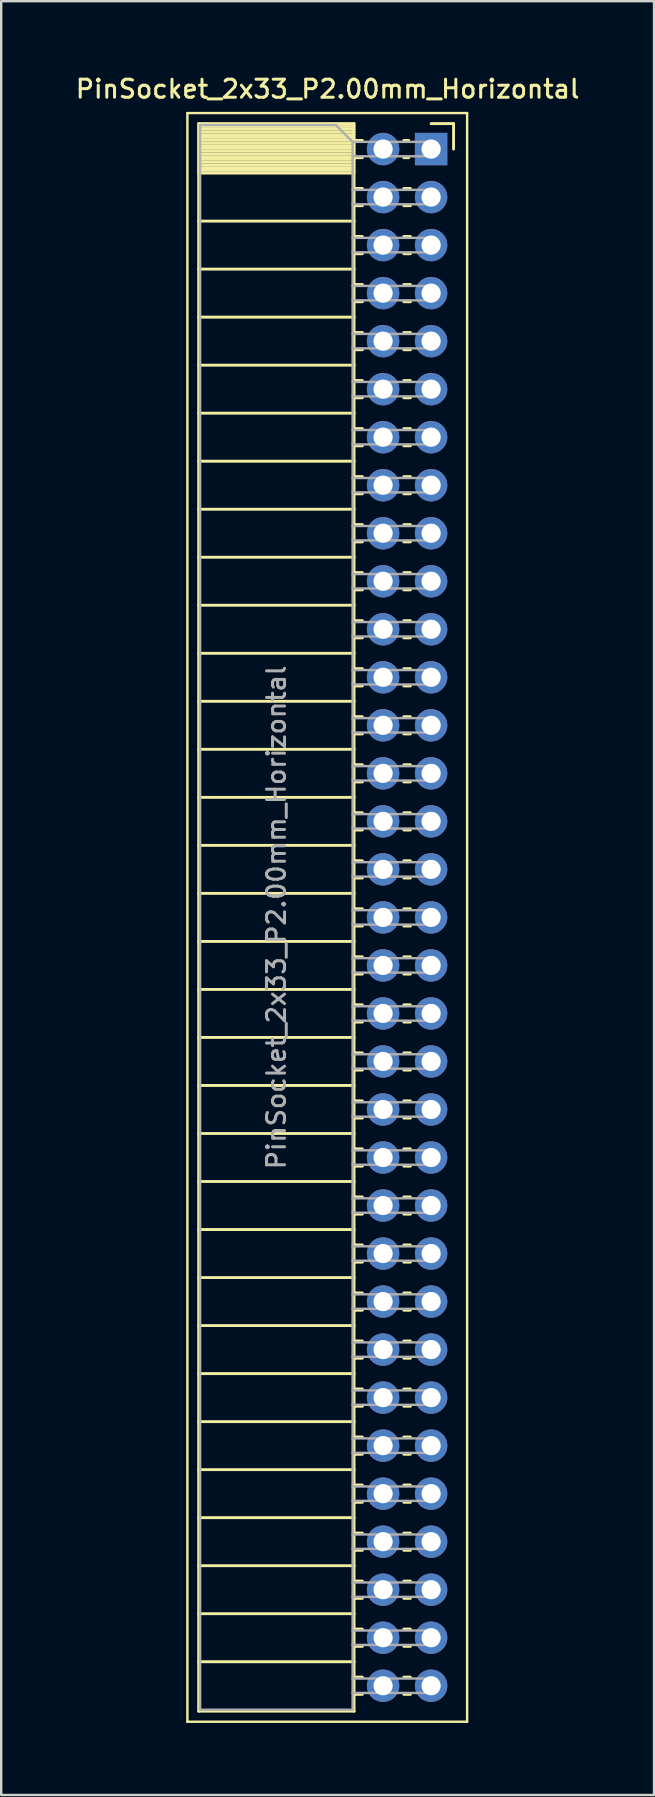
<source format=kicad_pcb>
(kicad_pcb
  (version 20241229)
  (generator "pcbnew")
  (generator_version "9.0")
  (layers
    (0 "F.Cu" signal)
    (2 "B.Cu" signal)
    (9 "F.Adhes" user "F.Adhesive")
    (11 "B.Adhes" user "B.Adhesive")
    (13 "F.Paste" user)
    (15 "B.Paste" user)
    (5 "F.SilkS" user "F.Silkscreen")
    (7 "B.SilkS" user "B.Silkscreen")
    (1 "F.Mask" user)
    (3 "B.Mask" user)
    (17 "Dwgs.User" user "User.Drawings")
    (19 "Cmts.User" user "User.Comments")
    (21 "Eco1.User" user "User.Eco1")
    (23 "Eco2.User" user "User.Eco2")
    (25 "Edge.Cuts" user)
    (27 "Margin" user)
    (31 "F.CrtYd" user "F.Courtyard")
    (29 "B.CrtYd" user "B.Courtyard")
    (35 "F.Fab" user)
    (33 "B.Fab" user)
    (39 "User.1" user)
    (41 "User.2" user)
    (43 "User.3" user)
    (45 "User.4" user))
  (footprint "PinSocket_2x33_P2.00mm_Horizontal"
    (layer "F.Cu")
    (at 14.905 3.158)
    (property "Reference" "PinSocket_2x33_P2.00mm_Horizontal" (at -4.31 -2.5 0) (layer "F.SilkS") (effects (font (size 0.75 0.75) (thickness 0.125))))
    (attr through_hole)
    (fp_line (start -10.15 -1.5) (end -10.15 65.5) (stroke (width 0.1) (type solid)) (layer "F.SilkS"))
    (fp_line (start -10.15 65.5) (end 1.5 65.5) (stroke (width 0.1) (type solid)) (layer "F.SilkS"))
    (fp_line (start -9.68 -1.06) (end -9.68 65.06) (stroke (width 0.12) (type solid)) (layer "F.SilkS"))
    (fp_line (start -9.68 -1.06) (end -3.21 -1.06) (stroke (width 0.12) (type solid)) (layer "F.SilkS"))
    (fp_line (start -9.68 -0.94) (end -3.21 -0.94) (stroke (width 0.12) (type solid)) (layer "F.SilkS"))
    (fp_line (start -9.68 -0.826) (end -3.21 -0.826) (stroke (width 0.12) (type solid)) (layer "F.SilkS"))
    (fp_line (start -9.68 -0.712) (end -3.21 -0.712) (stroke (width 0.12) (type solid)) (layer "F.SilkS"))
    (fp_line (start -9.68 -0.598) (end -3.21 -0.598) (stroke (width 0.12) (type solid)) (layer "F.SilkS"))
    (fp_line (start -9.68 -0.484) (end -3.21 -0.484) (stroke (width 0.12) (type solid)) (layer "F.SilkS"))
    (fp_line (start -9.68 -0.369) (end -3.21 -0.369) (stroke (width 0.12) (type solid)) (layer "F.SilkS"))
    (fp_line (start -9.68 -0.255) (end -3.21 -0.255) (stroke (width 0.12) (type solid)) (layer "F.SilkS"))
    (fp_line (start -9.68 -0.141) (end -3.21 -0.141) (stroke (width 0.12) (type solid)) (layer "F.SilkS"))
    (fp_line (start -9.68 -0.027) (end -3.21 -0.027) (stroke (width 0.12) (type solid)) (layer "F.SilkS"))
    (fp_line (start -9.68 0.087) (end -3.21 0.087) (stroke (width 0.12) (type solid)) (layer "F.SilkS"))
    (fp_line (start -9.68 0.201) (end -3.21 0.201) (stroke (width 0.12) (type solid)) (layer "F.SilkS"))
    (fp_line (start -9.68 0.315) (end -3.21 0.315) (stroke (width 0.12) (type solid)) (layer "F.SilkS"))
    (fp_line (start -9.68 0.429) (end -3.21 0.429) (stroke (width 0.12) (type solid)) (layer "F.SilkS"))
    (fp_line (start -9.68 0.544) (end -3.21 0.544) (stroke (width 0.12) (type solid)) (layer "F.SilkS"))
    (fp_line (start -9.68 0.658) (end -3.21 0.658) (stroke (width 0.12) (type solid)) (layer "F.SilkS"))
    (fp_line (start -9.68 0.772) (end -3.21 0.772) (stroke (width 0.12) (type solid)) (layer "F.SilkS"))
    (fp_line (start -9.68 0.886) (end -3.21 0.886) (stroke (width 0.12) (type solid)) (layer "F.SilkS"))
    (fp_line (start -9.68 1) (end -3.21 1) (stroke (width 0.12) (type solid)) (layer "F.SilkS"))
    (fp_line (start -9.68 3) (end -3.21 3) (stroke (width 0.12) (type solid)) (layer "F.SilkS"))
    (fp_line (start -9.68 5) (end -3.21 5) (stroke (width 0.12) (type solid)) (layer "F.SilkS"))
    (fp_line (start -9.68 7) (end -3.21 7) (stroke (width 0.12) (type solid)) (layer "F.SilkS"))
    (fp_line (start -9.68 9) (end -3.21 9) (stroke (width 0.12) (type solid)) (layer "F.SilkS"))
    (fp_line (start -9.68 11) (end -3.21 11) (stroke (width 0.12) (type solid)) (layer "F.SilkS"))
    (fp_line (start -9.68 13) (end -3.21 13) (stroke (width 0.12) (type solid)) (layer "F.SilkS"))
    (fp_line (start -9.68 15) (end -3.21 15) (stroke (width 0.12) (type solid)) (layer "F.SilkS"))
    (fp_line (start -9.68 17) (end -3.21 17) (stroke (width 0.12) (type solid)) (layer "F.SilkS"))
    (fp_line (start -9.68 19) (end -3.21 19) (stroke (width 0.12) (type solid)) (layer "F.SilkS"))
    (fp_line (start -9.68 21) (end -3.21 21) (stroke (width 0.12) (type solid)) (layer "F.SilkS"))
    (fp_line (start -9.68 23) (end -3.21 23) (stroke (width 0.12) (type solid)) (layer "F.SilkS"))
    (fp_line (start -9.68 25) (end -3.21 25) (stroke (width 0.12) (type solid)) (layer "F.SilkS"))
    (fp_line (start -9.68 27) (end -3.21 27) (stroke (width 0.12) (type solid)) (layer "F.SilkS"))
    (fp_line (start -9.68 29) (end -3.21 29) (stroke (width 0.12) (type solid)) (layer "F.SilkS"))
    (fp_line (start -9.68 31) (end -3.21 31) (stroke (width 0.12) (type solid)) (layer "F.SilkS"))
    (fp_line (start -9.68 33) (end -3.21 33) (stroke (width 0.12) (type solid)) (layer "F.SilkS"))
    (fp_line (start -9.68 35) (end -3.21 35) (stroke (width 0.12) (type solid)) (layer "F.SilkS"))
    (fp_line (start -9.68 37) (end -3.21 37) (stroke (width 0.12) (type solid)) (layer "F.SilkS"))
    (fp_line (start -9.68 39) (end -3.21 39) (stroke (width 0.12) (type solid)) (layer "F.SilkS"))
    (fp_line (start -9.68 41) (end -3.21 41) (stroke (width 0.12) (type solid)) (layer "F.SilkS"))
    (fp_line (start -9.68 43) (end -3.21 43) (stroke (width 0.12) (type solid)) (layer "F.SilkS"))
    (fp_line (start -9.68 45) (end -3.21 45) (stroke (width 0.12) (type solid)) (layer "F.SilkS"))
    (fp_line (start -9.68 47) (end -3.21 47) (stroke (width 0.12) (type solid)) (layer "F.SilkS"))
    (fp_line (start -9.68 49) (end -3.21 49) (stroke (width 0.12) (type solid)) (layer "F.SilkS"))
    (fp_line (start -9.68 51) (end -3.21 51) (stroke (width 0.12) (type solid)) (layer "F.SilkS"))
    (fp_line (start -9.68 53) (end -3.21 53) (stroke (width 0.12) (type solid)) (layer "F.SilkS"))
    (fp_line (start -9.68 55) (end -3.21 55) (stroke (width 0.12) (type solid)) (layer "F.SilkS"))
    (fp_line (start -9.68 57) (end -3.21 57) (stroke (width 0.12) (type solid)) (layer "F.SilkS"))
    (fp_line (start -9.68 59) (end -3.21 59) (stroke (width 0.12) (type solid)) (layer "F.SilkS"))
    (fp_line (start -9.68 61) (end -3.21 61) (stroke (width 0.12) (type solid)) (layer "F.SilkS"))
    (fp_line (start -9.68 63) (end -3.21 63) (stroke (width 0.12) (type solid)) (layer "F.SilkS"))
    (fp_line (start -9.68 65.06) (end -3.21 65.06) (stroke (width 0.12) (type solid)) (layer "F.SilkS"))
    (fp_line (start -3.21 -1.06) (end -3.21 65.06) (stroke (width 0.12) (type solid)) (layer "F.SilkS"))
    (fp_line (start -3.21 -0.36) (end -2.863 -0.36) (stroke (width 0.12) (type solid)) (layer "F.SilkS"))
    (fp_line (start -3.21 0.36) (end -2.863 0.36) (stroke (width 0.12) (type solid)) (layer "F.SilkS"))
    (fp_line (start -3.21 1.64) (end -2.863 1.64) (stroke (width 0.12) (type solid)) (layer "F.SilkS"))
    (fp_line (start -3.21 2.36) (end -2.863 2.36) (stroke (width 0.12) (type solid)) (layer "F.SilkS"))
    (fp_line (start -3.21 3.64) (end -2.863 3.64) (stroke (width 0.12) (type solid)) (layer "F.SilkS"))
    (fp_line (start -3.21 4.36) (end -2.863 4.36) (stroke (width 0.12) (type solid)) (layer "F.SilkS"))
    (fp_line (start -3.21 5.64) (end -2.863 5.64) (stroke (width 0.12) (type solid)) (layer "F.SilkS"))
    (fp_line (start -3.21 6.36) (end -2.863 6.36) (stroke (width 0.12) (type solid)) (layer "F.SilkS"))
    (fp_line (start -3.21 7.64) (end -2.863 7.64) (stroke (width 0.12) (type solid)) (layer "F.SilkS"))
    (fp_line (start -3.21 8.36) (end -2.863 8.36) (stroke (width 0.12) (type solid)) (layer "F.SilkS"))
    (fp_line (start -3.21 9.64) (end -2.863 9.64) (stroke (width 0.12) (type solid)) (layer "F.SilkS"))
    (fp_line (start -3.21 10.36) (end -2.863 10.36) (stroke (width 0.12) (type solid)) (layer "F.SilkS"))
    (fp_line (start -3.21 11.64) (end -2.863 11.64) (stroke (width 0.12) (type solid)) (layer "F.SilkS"))
    (fp_line (start -3.21 12.36) (end -2.863 12.36) (stroke (width 0.12) (type solid)) (layer "F.SilkS"))
    (fp_line (start -3.21 13.64) (end -2.863 13.64) (stroke (width 0.12) (type solid)) (layer "F.SilkS"))
    (fp_line (start -3.21 14.36) (end -2.863 14.36) (stroke (width 0.12) (type solid)) (layer "F.SilkS"))
    (fp_line (start -3.21 15.64) (end -2.863 15.64) (stroke (width 0.12) (type solid)) (layer "F.SilkS"))
    (fp_line (start -3.21 16.36) (end -2.863 16.36) (stroke (width 0.12) (type solid)) (layer "F.SilkS"))
    (fp_line (start -3.21 17.64) (end -2.863 17.64) (stroke (width 0.12) (type solid)) (layer "F.SilkS"))
    (fp_line (start -3.21 18.36) (end -2.863 18.36) (stroke (width 0.12) (type solid)) (layer "F.SilkS"))
    (fp_line (start -3.21 19.64) (end -2.863 19.64) (stroke (width 0.12) (type solid)) (layer "F.SilkS"))
    (fp_line (start -3.21 20.36) (end -2.863 20.36) (stroke (width 0.12) (type solid)) (layer "F.SilkS"))
    (fp_line (start -3.21 21.64) (end -2.863 21.64) (stroke (width 0.12) (type solid)) (layer "F.SilkS"))
    (fp_line (start -3.21 22.36) (end -2.863 22.36) (stroke (width 0.12) (type solid)) (layer "F.SilkS"))
    (fp_line (start -3.21 23.64) (end -2.863 23.64) (stroke (width 0.12) (type solid)) (layer "F.SilkS"))
    (fp_line (start -3.21 24.36) (end -2.863 24.36) (stroke (width 0.12) (type solid)) (layer "F.SilkS"))
    (fp_line (start -3.21 25.64) (end -2.863 25.64) (stroke (width 0.12) (type solid)) (layer "F.SilkS"))
    (fp_line (start -3.21 26.36) (end -2.863 26.36) (stroke (width 0.12) (type solid)) (layer "F.SilkS"))
    (fp_line (start -3.21 27.64) (end -2.863 27.64) (stroke (width 0.12) (type solid)) (layer "F.SilkS"))
    (fp_line (start -3.21 28.36) (end -2.863 28.36) (stroke (width 0.12) (type solid)) (layer "F.SilkS"))
    (fp_line (start -3.21 29.64) (end -2.863 29.64) (stroke (width 0.12) (type solid)) (layer "F.SilkS"))
    (fp_line (start -3.21 30.36) (end -2.863 30.36) (stroke (width 0.12) (type solid)) (layer "F.SilkS"))
    (fp_line (start -3.21 31.64) (end -2.863 31.64) (stroke (width 0.12) (type solid)) (layer "F.SilkS"))
    (fp_line (start -3.21 32.36) (end -2.863 32.36) (stroke (width 0.12) (type solid)) (layer "F.SilkS"))
    (fp_line (start -3.21 33.64) (end -2.863 33.64) (stroke (width 0.12) (type solid)) (layer "F.SilkS"))
    (fp_line (start -3.21 34.36) (end -2.863 34.36) (stroke (width 0.12) (type solid)) (layer "F.SilkS"))
    (fp_line (start -3.21 35.64) (end -2.863 35.64) (stroke (width 0.12) (type solid)) (layer "F.SilkS"))
    (fp_line (start -3.21 36.36) (end -2.863 36.36) (stroke (width 0.12) (type solid)) (layer "F.SilkS"))
    (fp_line (start -3.21 37.64) (end -2.863 37.64) (stroke (width 0.12) (type solid)) (layer "F.SilkS"))
    (fp_line (start -3.21 38.36) (end -2.863 38.36) (stroke (width 0.12) (type solid)) (layer "F.SilkS"))
    (fp_line (start -3.21 39.64) (end -2.863 39.64) (stroke (width 0.12) (type solid)) (layer "F.SilkS"))
    (fp_line (start -3.21 40.36) (end -2.863 40.36) (stroke (width 0.12) (type solid)) (layer "F.SilkS"))
    (fp_line (start -3.21 41.64) (end -2.863 41.64) (stroke (width 0.12) (type solid)) (layer "F.SilkS"))
    (fp_line (start -3.21 42.36) (end -2.863 42.36) (stroke (width 0.12) (type solid)) (layer "F.SilkS"))
    (fp_line (start -3.21 43.64) (end -2.863 43.64) (stroke (width 0.12) (type solid)) (layer "F.SilkS"))
    (fp_line (start -3.21 44.36) (end -2.863 44.36) (stroke (width 0.12) (type solid)) (layer "F.SilkS"))
    (fp_line (start -3.21 45.64) (end -2.863 45.64) (stroke (width 0.12) (type solid)) (layer "F.SilkS"))
    (fp_line (start -3.21 46.36) (end -2.863 46.36) (stroke (width 0.12) (type solid)) (layer "F.SilkS"))
    (fp_line (start -3.21 47.64) (end -2.863 47.64) (stroke (width 0.12) (type solid)) (layer "F.SilkS"))
    (fp_line (start -3.21 48.36) (end -2.863 48.36) (stroke (width 0.12) (type solid)) (layer "F.SilkS"))
    (fp_line (start -3.21 49.64) (end -2.863 49.64) (stroke (width 0.12) (type solid)) (layer "F.SilkS"))
    (fp_line (start -3.21 50.36) (end -2.863 50.36) (stroke (width 0.12) (type solid)) (layer "F.SilkS"))
    (fp_line (start -3.21 51.64) (end -2.863 51.64) (stroke (width 0.12) (type solid)) (layer "F.SilkS"))
    (fp_line (start -3.21 52.36) (end -2.863 52.36) (stroke (width 0.12) (type solid)) (layer "F.SilkS"))
    (fp_line (start -3.21 53.64) (end -2.863 53.64) (stroke (width 0.12) (type solid)) (layer "F.SilkS"))
    (fp_line (start -3.21 54.36) (end -2.863 54.36) (stroke (width 0.12) (type solid)) (layer "F.SilkS"))
    (fp_line (start -3.21 55.64) (end -2.863 55.64) (stroke (width 0.12) (type solid)) (layer "F.SilkS"))
    (fp_line (start -3.21 56.36) (end -2.863 56.36) (stroke (width 0.12) (type solid)) (layer "F.SilkS"))
    (fp_line (start -3.21 57.64) (end -2.863 57.64) (stroke (width 0.12) (type solid)) (layer "F.SilkS"))
    (fp_line (start -3.21 58.36) (end -2.863 58.36) (stroke (width 0.12) (type solid)) (layer "F.SilkS"))
    (fp_line (start -3.21 59.64) (end -2.863 59.64) (stroke (width 0.12) (type solid)) (layer "F.SilkS"))
    (fp_line (start -3.21 60.36) (end -2.863 60.36) (stroke (width 0.12) (type solid)) (layer "F.SilkS"))
    (fp_line (start -3.21 61.64) (end -2.863 61.64) (stroke (width 0.12) (type solid)) (layer "F.SilkS"))
    (fp_line (start -3.21 62.36) (end -2.863 62.36) (stroke (width 0.12) (type solid)) (layer "F.SilkS"))
    (fp_line (start -3.21 63.64) (end -2.863 63.64) (stroke (width 0.12) (type solid)) (layer "F.SilkS"))
    (fp_line (start -3.21 64.36) (end -2.863 64.36) (stroke (width 0.12) (type solid)) (layer "F.SilkS"))
    (fp_line (start -1.137 -0.36) (end -0.935 -0.36) (stroke (width 0.12) (type solid)) (layer "F.SilkS"))
    (fp_line (start -1.137 0.36) (end -0.935 0.36) (stroke (width 0.12) (type solid)) (layer "F.SilkS"))
    (fp_line (start -1.137 1.64) (end -0.863 1.64) (stroke (width 0.12) (type solid)) (layer "F.SilkS"))
    (fp_line (start -1.137 2.36) (end -0.863 2.36) (stroke (width 0.12) (type solid)) (layer "F.SilkS"))
    (fp_line (start -1.137 3.64) (end -0.863 3.64) (stroke (width 0.12) (type solid)) (layer "F.SilkS"))
    (fp_line (start -1.137 4.36) (end -0.863 4.36) (stroke (width 0.12) (type solid)) (layer "F.SilkS"))
    (fp_line (start -1.137 5.64) (end -0.863 5.64) (stroke (width 0.12) (type solid)) (layer "F.SilkS"))
    (fp_line (start -1.137 6.36) (end -0.863 6.36) (stroke (width 0.12) (type solid)) (layer "F.SilkS"))
    (fp_line (start -1.137 7.64) (end -0.863 7.64) (stroke (width 0.12) (type solid)) (layer "F.SilkS"))
    (fp_line (start -1.137 8.36) (end -0.863 8.36) (stroke (width 0.12) (type solid)) (layer "F.SilkS"))
    (fp_line (start -1.137 9.64) (end -0.863 9.64) (stroke (width 0.12) (type solid)) (layer "F.SilkS"))
    (fp_line (start -1.137 10.36) (end -0.863 10.36) (stroke (width 0.12) (type solid)) (layer "F.SilkS"))
    (fp_line (start -1.137 11.64) (end -0.863 11.64) (stroke (width 0.12) (type solid)) (layer "F.SilkS"))
    (fp_line (start -1.137 12.36) (end -0.863 12.36) (stroke (width 0.12) (type solid)) (layer "F.SilkS"))
    (fp_line (start -1.137 13.64) (end -0.863 13.64) (stroke (width 0.12) (type solid)) (layer "F.SilkS"))
    (fp_line (start -1.137 14.36) (end -0.863 14.36) (stroke (width 0.12) (type solid)) (layer "F.SilkS"))
    (fp_line (start -1.137 15.64) (end -0.863 15.64) (stroke (width 0.12) (type solid)) (layer "F.SilkS"))
    (fp_line (start -1.137 16.36) (end -0.863 16.36) (stroke (width 0.12) (type solid)) (layer "F.SilkS"))
    (fp_line (start -1.137 17.64) (end -0.863 17.64) (stroke (width 0.12) (type solid)) (layer "F.SilkS"))
    (fp_line (start -1.137 18.36) (end -0.863 18.36) (stroke (width 0.12) (type solid)) (layer "F.SilkS"))
    (fp_line (start -1.137 19.64) (end -0.863 19.64) (stroke (width 0.12) (type solid)) (layer "F.SilkS"))
    (fp_line (start -1.137 20.36) (end -0.863 20.36) (stroke (width 0.12) (type solid)) (layer "F.SilkS"))
    (fp_line (start -1.137 21.64) (end -0.863 21.64) (stroke (width 0.12) (type solid)) (layer "F.SilkS"))
    (fp_line (start -1.137 22.36) (end -0.863 22.36) (stroke (width 0.12) (type solid)) (layer "F.SilkS"))
    (fp_line (start -1.137 23.64) (end -0.863 23.64) (stroke (width 0.12) (type solid)) (layer "F.SilkS"))
    (fp_line (start -1.137 24.36) (end -0.863 24.36) (stroke (width 0.12) (type solid)) (layer "F.SilkS"))
    (fp_line (start -1.137 25.64) (end -0.863 25.64) (stroke (width 0.12) (type solid)) (layer "F.SilkS"))
    (fp_line (start -1.137 26.36) (end -0.863 26.36) (stroke (width 0.12) (type solid)) (layer "F.SilkS"))
    (fp_line (start -1.137 27.64) (end -0.863 27.64) (stroke (width 0.12) (type solid)) (layer "F.SilkS"))
    (fp_line (start -1.137 28.36) (end -0.863 28.36) (stroke (width 0.12) (type solid)) (layer "F.SilkS"))
    (fp_line (start -1.137 29.64) (end -0.863 29.64) (stroke (width 0.12) (type solid)) (layer "F.SilkS"))
    (fp_line (start -1.137 30.36) (end -0.863 30.36) (stroke (width 0.12) (type solid)) (layer "F.SilkS"))
    (fp_line (start -1.137 31.64) (end -0.863 31.64) (stroke (width 0.12) (type solid)) (layer "F.SilkS"))
    (fp_line (start -1.137 32.36) (end -0.863 32.36) (stroke (width 0.12) (type solid)) (layer "F.SilkS"))
    (fp_line (start -1.137 33.64) (end -0.863 33.64) (stroke (width 0.12) (type solid)) (layer "F.SilkS"))
    (fp_line (start -1.137 34.36) (end -0.863 34.36) (stroke (width 0.12) (type solid)) (layer "F.SilkS"))
    (fp_line (start -1.137 35.64) (end -0.863 35.64) (stroke (width 0.12) (type solid)) (layer "F.SilkS"))
    (fp_line (start -1.137 36.36) (end -0.863 36.36) (stroke (width 0.12) (type solid)) (layer "F.SilkS"))
    (fp_line (start -1.137 37.64) (end -0.863 37.64) (stroke (width 0.12) (type solid)) (layer "F.SilkS"))
    (fp_line (start -1.137 38.36) (end -0.863 38.36) (stroke (width 0.12) (type solid)) (layer "F.SilkS"))
    (fp_line (start -1.137 39.64) (end -0.863 39.64) (stroke (width 0.12) (type solid)) (layer "F.SilkS"))
    (fp_line (start -1.137 40.36) (end -0.863 40.36) (stroke (width 0.12) (type solid)) (layer "F.SilkS"))
    (fp_line (start -1.137 41.64) (end -0.863 41.64) (stroke (width 0.12) (type solid)) (layer "F.SilkS"))
    (fp_line (start -1.137 42.36) (end -0.863 42.36) (stroke (width 0.12) (type solid)) (layer "F.SilkS"))
    (fp_line (start -1.137 43.64) (end -0.863 43.64) (stroke (width 0.12) (type solid)) (layer "F.SilkS"))
    (fp_line (start -1.137 44.36) (end -0.863 44.36) (stroke (width 0.12) (type solid)) (layer "F.SilkS"))
    (fp_line (start -1.137 45.64) (end -0.863 45.64) (stroke (width 0.12) (type solid)) (layer "F.SilkS"))
    (fp_line (start -1.137 46.36) (end -0.863 46.36) (stroke (width 0.12) (type solid)) (layer "F.SilkS"))
    (fp_line (start -1.137 47.64) (end -0.863 47.64) (stroke (width 0.12) (type solid)) (layer "F.SilkS"))
    (fp_line (start -1.137 48.36) (end -0.863 48.36) (stroke (width 0.12) (type solid)) (layer "F.SilkS"))
    (fp_line (start -1.137 49.64) (end -0.863 49.64) (stroke (width 0.12) (type solid)) (layer "F.SilkS"))
    (fp_line (start -1.137 50.36) (end -0.863 50.36) (stroke (width 0.12) (type solid)) (layer "F.SilkS"))
    (fp_line (start -1.137 51.64) (end -0.863 51.64) (stroke (width 0.12) (type solid)) (layer "F.SilkS"))
    (fp_line (start -1.137 52.36) (end -0.863 52.36) (stroke (width 0.12) (type solid)) (layer "F.SilkS"))
    (fp_line (start -1.137 53.64) (end -0.863 53.64) (stroke (width 0.12) (type solid)) (layer "F.SilkS"))
    (fp_line (start -1.137 54.36) (end -0.863 54.36) (stroke (width 0.12) (type solid)) (layer "F.SilkS"))
    (fp_line (start -1.137 55.64) (end -0.863 55.64) (stroke (width 0.12) (type solid)) (layer "F.SilkS"))
    (fp_line (start -1.137 56.36) (end -0.863 56.36) (stroke (width 0.12) (type solid)) (layer "F.SilkS"))
    (fp_line (start -1.137 57.64) (end -0.863 57.64) (stroke (width 0.12) (type solid)) (layer "F.SilkS"))
    (fp_line (start -1.137 58.36) (end -0.863 58.36) (stroke (width 0.12) (type solid)) (layer "F.SilkS"))
    (fp_line (start -1.137 59.64) (end -0.863 59.64) (stroke (width 0.12) (type solid)) (layer "F.SilkS"))
    (fp_line (start -1.137 60.36) (end -0.863 60.36) (stroke (width 0.12) (type solid)) (layer "F.SilkS"))
    (fp_line (start -1.137 61.64) (end -0.863 61.64) (stroke (width 0.12) (type solid)) (layer "F.SilkS"))
    (fp_line (start -1.137 62.36) (end -0.863 62.36) (stroke (width 0.12) (type solid)) (layer "F.SilkS"))
    (fp_line (start -1.137 63.64) (end -0.863 63.64) (stroke (width 0.12) (type solid)) (layer "F.SilkS"))
    (fp_line (start -1.137 64.36) (end -0.863 64.36) (stroke (width 0.12) (type solid)) (layer "F.SilkS"))
    (fp_line (start 0 -1.06) (end 0.935 -1.06) (stroke (width 0.12) (type solid)) (layer "F.SilkS"))
    (fp_line (start 0.935 -1.06) (end 0.935 0) (stroke (width 0.12) (type solid)) (layer "F.SilkS"))
    (fp_line (start 1.5 -1.5) (end -10.15 -1.5) (stroke (width 0.1) (type solid)) (layer "F.SilkS"))
    (fp_line (start 1.5 65.5) (end 1.5 -1.5) (stroke (width 0.1) (type solid)) (layer "F.SilkS"))
    (fp_line (start -9.62 -1) (end -3.97 -1) (stroke (width 0.1) (type solid)) (layer "F.Fab"))
    (fp_line (start -9.62 65) (end -9.62 -1) (stroke (width 0.1) (type solid)) (layer "F.Fab"))
    (fp_line (start -3.97 -1) (end -3.27 -0.3) (stroke (width 0.1) (type solid)) (layer "F.Fab"))
    (fp_line (start -3.27 -0.3) (end -3.27 65) (stroke (width 0.1) (type solid)) (layer "F.Fab"))
    (fp_line (start -3.27 0.3) (end 0 0.3) (stroke (width 0.1) (type solid)) (layer "F.Fab"))
    (fp_line (start -3.27 2.3) (end 0 2.3) (stroke (width 0.1) (type solid)) (layer "F.Fab"))
    (fp_line (start -3.27 4.3) (end 0 4.3) (stroke (width 0.1) (type solid)) (layer "F.Fab"))
    (fp_line (start -3.27 6.3) (end 0 6.3) (stroke (width 0.1) (type solid)) (layer "F.Fab"))
    (fp_line (start -3.27 8.3) (end 0 8.3) (stroke (width 0.1) (type solid)) (layer "F.Fab"))
    (fp_line (start -3.27 10.3) (end 0 10.3) (stroke (width 0.1) (type solid)) (layer "F.Fab"))
    (fp_line (start -3.27 12.3) (end 0 12.3) (stroke (width 0.1) (type solid)) (layer "F.Fab"))
    (fp_line (start -3.27 14.3) (end 0 14.3) (stroke (width 0.1) (type solid)) (layer "F.Fab"))
    (fp_line (start -3.27 16.3) (end 0 16.3) (stroke (width 0.1) (type solid)) (layer "F.Fab"))
    (fp_line (start -3.27 18.3) (end 0 18.3) (stroke (width 0.1) (type solid)) (layer "F.Fab"))
    (fp_line (start -3.27 20.3) (end 0 20.3) (stroke (width 0.1) (type solid)) (layer "F.Fab"))
    (fp_line (start -3.27 22.3) (end 0 22.3) (stroke (width 0.1) (type solid)) (layer "F.Fab"))
    (fp_line (start -3.27 24.3) (end 0 24.3) (stroke (width 0.1) (type solid)) (layer "F.Fab"))
    (fp_line (start -3.27 26.3) (end 0 26.3) (stroke (width 0.1) (type solid)) (layer "F.Fab"))
    (fp_line (start -3.27 28.3) (end 0 28.3) (stroke (width 0.1) (type solid)) (layer "F.Fab"))
    (fp_line (start -3.27 30.3) (end 0 30.3) (stroke (width 0.1) (type solid)) (layer "F.Fab"))
    (fp_line (start -3.27 32.3) (end 0 32.3) (stroke (width 0.1) (type solid)) (layer "F.Fab"))
    (fp_line (start -3.27 34.3) (end 0 34.3) (stroke (width 0.1) (type solid)) (layer "F.Fab"))
    (fp_line (start -3.27 36.3) (end 0 36.3) (stroke (width 0.1) (type solid)) (layer "F.Fab"))
    (fp_line (start -3.27 38.3) (end 0 38.3) (stroke (width 0.1) (type solid)) (layer "F.Fab"))
    (fp_line (start -3.27 40.3) (end 0 40.3) (stroke (width 0.1) (type solid)) (layer "F.Fab"))
    (fp_line (start -3.27 42.3) (end 0 42.3) (stroke (width 0.1) (type solid)) (layer "F.Fab"))
    (fp_line (start -3.27 44.3) (end 0 44.3) (stroke (width 0.1) (type solid)) (layer "F.Fab"))
    (fp_line (start -3.27 46.3) (end 0 46.3) (stroke (width 0.1) (type solid)) (layer "F.Fab"))
    (fp_line (start -3.27 48.3) (end 0 48.3) (stroke (width 0.1) (type solid)) (layer "F.Fab"))
    (fp_line (start -3.27 50.3) (end 0 50.3) (stroke (width 0.1) (type solid)) (layer "F.Fab"))
    (fp_line (start -3.27 52.3) (end 0 52.3) (stroke (width 0.1) (type solid)) (layer "F.Fab"))
    (fp_line (start -3.27 54.3) (end 0 54.3) (stroke (width 0.1) (type solid)) (layer "F.Fab"))
    (fp_line (start -3.27 56.3) (end 0 56.3) (stroke (width 0.1) (type solid)) (layer "F.Fab"))
    (fp_line (start -3.27 58.3) (end 0 58.3) (stroke (width 0.1) (type solid)) (layer "F.Fab"))
    (fp_line (start -3.27 60.3) (end 0 60.3) (stroke (width 0.1) (type solid)) (layer "F.Fab"))
    (fp_line (start -3.27 62.3) (end 0 62.3) (stroke (width 0.1) (type solid)) (layer "F.Fab"))
    (fp_line (start -3.27 64.3) (end 0 64.3) (stroke (width 0.1) (type solid)) (layer "F.Fab"))
    (fp_line (start -3.27 65) (end -9.62 65) (stroke (width 0.1) (type solid)) (layer "F.Fab"))
    (fp_line (start 0 -0.3) (end -3.27 -0.3) (stroke (width 0.1) (type solid)) (layer "F.Fab"))
    (fp_line (start 0 0.3) (end 0 -0.3) (stroke (width 0.1) (type solid)) (layer "F.Fab"))
    (fp_line (start 0 1.7) (end -3.27 1.7) (stroke (width 0.1) (type solid)) (layer "F.Fab"))
    (fp_line (start 0 2.3) (end 0 1.7) (stroke (width 0.1) (type solid)) (layer "F.Fab"))
    (fp_line (start 0 3.7) (end -3.27 3.7) (stroke (width 0.1) (type solid)) (layer "F.Fab"))
    (fp_line (start 0 4.3) (end 0 3.7) (stroke (width 0.1) (type solid)) (layer "F.Fab"))
    (fp_line (start 0 5.7) (end -3.27 5.7) (stroke (width 0.1) (type solid)) (layer "F.Fab"))
    (fp_line (start 0 6.3) (end 0 5.7) (stroke (width 0.1) (type solid)) (layer "F.Fab"))
    (fp_line (start 0 7.7) (end -3.27 7.7) (stroke (width 0.1) (type solid)) (layer "F.Fab"))
    (fp_line (start 0 8.3) (end 0 7.7) (stroke (width 0.1) (type solid)) (layer "F.Fab"))
    (fp_line (start 0 9.7) (end -3.27 9.7) (stroke (width 0.1) (type solid)) (layer "F.Fab"))
    (fp_line (start 0 10.3) (end 0 9.7) (stroke (width 0.1) (type solid)) (layer "F.Fab"))
    (fp_line (start 0 11.7) (end -3.27 11.7) (stroke (width 0.1) (type solid)) (layer "F.Fab"))
    (fp_line (start 0 12.3) (end 0 11.7) (stroke (width 0.1) (type solid)) (layer "F.Fab"))
    (fp_line (start 0 13.7) (end -3.27 13.7) (stroke (width 0.1) (type solid)) (layer "F.Fab"))
    (fp_line (start 0 14.3) (end 0 13.7) (stroke (width 0.1) (type solid)) (layer "F.Fab"))
    (fp_line (start 0 15.7) (end -3.27 15.7) (stroke (width 0.1) (type solid)) (layer "F.Fab"))
    (fp_line (start 0 16.3) (end 0 15.7) (stroke (width 0.1) (type solid)) (layer "F.Fab"))
    (fp_line (start 0 17.7) (end -3.27 17.7) (stroke (width 0.1) (type solid)) (layer "F.Fab"))
    (fp_line (start 0 18.3) (end 0 17.7) (stroke (width 0.1) (type solid)) (layer "F.Fab"))
    (fp_line (start 0 19.7) (end -3.27 19.7) (stroke (width 0.1) (type solid)) (layer "F.Fab"))
    (fp_line (start 0 20.3) (end 0 19.7) (stroke (width 0.1) (type solid)) (layer "F.Fab"))
    (fp_line (start 0 21.7) (end -3.27 21.7) (stroke (width 0.1) (type solid)) (layer "F.Fab"))
    (fp_line (start 0 22.3) (end 0 21.7) (stroke (width 0.1) (type solid)) (layer "F.Fab"))
    (fp_line (start 0 23.7) (end -3.27 23.7) (stroke (width 0.1) (type solid)) (layer "F.Fab"))
    (fp_line (start 0 24.3) (end 0 23.7) (stroke (width 0.1) (type solid)) (layer "F.Fab"))
    (fp_line (start 0 25.7) (end -3.27 25.7) (stroke (width 0.1) (type solid)) (layer "F.Fab"))
    (fp_line (start 0 26.3) (end 0 25.7) (stroke (width 0.1) (type solid)) (layer "F.Fab"))
    (fp_line (start 0 27.7) (end -3.27 27.7) (stroke (width 0.1) (type solid)) (layer "F.Fab"))
    (fp_line (start 0 28.3) (end 0 27.7) (stroke (width 0.1) (type solid)) (layer "F.Fab"))
    (fp_line (start 0 29.7) (end -3.27 29.7) (stroke (width 0.1) (type solid)) (layer "F.Fab"))
    (fp_line (start 0 30.3) (end 0 29.7) (stroke (width 0.1) (type solid)) (layer "F.Fab"))
    (fp_line (start 0 31.7) (end -3.27 31.7) (stroke (width 0.1) (type solid)) (layer "F.Fab"))
    (fp_line (start 0 32.3) (end 0 31.7) (stroke (width 0.1) (type solid)) (layer "F.Fab"))
    (fp_line (start 0 33.7) (end -3.27 33.7) (stroke (width 0.1) (type solid)) (layer "F.Fab"))
    (fp_line (start 0 34.3) (end 0 33.7) (stroke (width 0.1) (type solid)) (layer "F.Fab"))
    (fp_line (start 0 35.7) (end -3.27 35.7) (stroke (width 0.1) (type solid)) (layer "F.Fab"))
    (fp_line (start 0 36.3) (end 0 35.7) (stroke (width 0.1) (type solid)) (layer "F.Fab"))
    (fp_line (start 0 37.7) (end -3.27 37.7) (stroke (width 0.1) (type solid)) (layer "F.Fab"))
    (fp_line (start 0 38.3) (end 0 37.7) (stroke (width 0.1) (type solid)) (layer "F.Fab"))
    (fp_line (start 0 39.7) (end -3.27 39.7) (stroke (width 0.1) (type solid)) (layer "F.Fab"))
    (fp_line (start 0 40.3) (end 0 39.7) (stroke (width 0.1) (type solid)) (layer "F.Fab"))
    (fp_line (start 0 41.7) (end -3.27 41.7) (stroke (width 0.1) (type solid)) (layer "F.Fab"))
    (fp_line (start 0 42.3) (end 0 41.7) (stroke (width 0.1) (type solid)) (layer "F.Fab"))
    (fp_line (start 0 43.7) (end -3.27 43.7) (stroke (width 0.1) (type solid)) (layer "F.Fab"))
    (fp_line (start 0 44.3) (end 0 43.7) (stroke (width 0.1) (type solid)) (layer "F.Fab"))
    (fp_line (start 0 45.7) (end -3.27 45.7) (stroke (width 0.1) (type solid)) (layer "F.Fab"))
    (fp_line (start 0 46.3) (end 0 45.7) (stroke (width 0.1) (type solid)) (layer "F.Fab"))
    (fp_line (start 0 47.7) (end -3.27 47.7) (stroke (width 0.1) (type solid)) (layer "F.Fab"))
    (fp_line (start 0 48.3) (end 0 47.7) (stroke (width 0.1) (type solid)) (layer "F.Fab"))
    (fp_line (start 0 49.7) (end -3.27 49.7) (stroke (width 0.1) (type solid)) (layer "F.Fab"))
    (fp_line (start 0 50.3) (end 0 49.7) (stroke (width 0.1) (type solid)) (layer "F.Fab"))
    (fp_line (start 0 51.7) (end -3.27 51.7) (stroke (width 0.1) (type solid)) (layer "F.Fab"))
    (fp_line (start 0 52.3) (end 0 51.7) (stroke (width 0.1) (type solid)) (layer "F.Fab"))
    (fp_line (start 0 53.7) (end -3.27 53.7) (stroke (width 0.1) (type solid)) (layer "F.Fab"))
    (fp_line (start 0 54.3) (end 0 53.7) (stroke (width 0.1) (type solid)) (layer "F.Fab"))
    (fp_line (start 0 55.7) (end -3.27 55.7) (stroke (width 0.1) (type solid)) (layer "F.Fab"))
    (fp_line (start 0 56.3) (end 0 55.7) (stroke (width 0.1) (type solid)) (layer "F.Fab"))
    (fp_line (start 0 57.7) (end -3.27 57.7) (stroke (width 0.1) (type solid)) (layer "F.Fab"))
    (fp_line (start 0 58.3) (end 0 57.7) (stroke (width 0.1) (type solid)) (layer "F.Fab"))
    (fp_line (start 0 59.7) (end -3.27 59.7) (stroke (width 0.1) (type solid)) (layer "F.Fab"))
    (fp_line (start 0 60.3) (end 0 59.7) (stroke (width 0.1) (type solid)) (layer "F.Fab"))
    (fp_line (start 0 61.7) (end -3.27 61.7) (stroke (width 0.1) (type solid)) (layer "F.Fab"))
    (fp_line (start 0 62.3) (end 0 61.7) (stroke (width 0.1) (type solid)) (layer "F.Fab"))
    (fp_line (start 0 63.7) (end -3.27 63.7) (stroke (width 0.1) (type solid)) (layer "F.Fab"))
    (fp_line (start 0 64.3) (end 0 63.7) (stroke (width 0.1) (type solid)) (layer "F.Fab"))
    (fp_text user "${REFERENCE}" (at -6.445 32 90) (layer "F.Fab") (effects (font (size 0.75 0.75) (thickness 0.125))))
    (pad "1" thru_hole rect (at 0 0) (size 1.35 1.35) (drill 0.8) (layers "*.Cu" "*.Mask"))
    (pad "2" thru_hole oval (at -2 0) (size 1.35 1.35) (drill 0.8) (layers "*.Cu" "*.Mask"))
    (pad "3" thru_hole oval (at 0 2) (size 1.35 1.35) (drill 0.8) (layers "*.Cu" "*.Mask"))
    (pad "4" thru_hole oval (at -2 2) (size 1.35 1.35) (drill 0.8) (layers "*.Cu" "*.Mask"))
    (pad "5" thru_hole oval (at 0 4) (size 1.35 1.35) (drill 0.8) (layers "*.Cu" "*.Mask"))
    (pad "6" thru_hole oval (at -2 4) (size 1.35 1.35) (drill 0.8) (layers "*.Cu" "*.Mask"))
    (pad "7" thru_hole oval (at 0 6) (size 1.35 1.35) (drill 0.8) (layers "*.Cu" "*.Mask"))
    (pad "8" thru_hole oval (at -2 6) (size 1.35 1.35) (drill 0.8) (layers "*.Cu" "*.Mask"))
    (pad "9" thru_hole oval (at 0 8) (size 1.35 1.35) (drill 0.8) (layers "*.Cu" "*.Mask"))
    (pad "10" thru_hole oval (at -2 8) (size 1.35 1.35) (drill 0.8) (layers "*.Cu" "*.Mask"))
    (pad "11" thru_hole oval (at 0 10) (size 1.35 1.35) (drill 0.8) (layers "*.Cu" "*.Mask"))
    (pad "12" thru_hole oval (at -2 10) (size 1.35 1.35) (drill 0.8) (layers "*.Cu" "*.Mask"))
    (pad "13" thru_hole oval (at 0 12) (size 1.35 1.35) (drill 0.8) (layers "*.Cu" "*.Mask"))
    (pad "14" thru_hole oval (at -2 12) (size 1.35 1.35) (drill 0.8) (layers "*.Cu" "*.Mask"))
    (pad "15" thru_hole oval (at 0 14) (size 1.35 1.35) (drill 0.8) (layers "*.Cu" "*.Mask"))
    (pad "16" thru_hole oval (at -2 14) (size 1.35 1.35) (drill 0.8) (layers "*.Cu" "*.Mask"))
    (pad "17" thru_hole oval (at 0 16) (size 1.35 1.35) (drill 0.8) (layers "*.Cu" "*.Mask"))
    (pad "18" thru_hole oval (at -2 16) (size 1.35 1.35) (drill 0.8) (layers "*.Cu" "*.Mask"))
    (pad "19" thru_hole oval (at 0 18) (size 1.35 1.35) (drill 0.8) (layers "*.Cu" "*.Mask"))
    (pad "20" thru_hole oval (at -2 18) (size 1.35 1.35) (drill 0.8) (layers "*.Cu" "*.Mask"))
    (pad "21" thru_hole oval (at 0 20) (size 1.35 1.35) (drill 0.8) (layers "*.Cu" "*.Mask"))
    (pad "22" thru_hole oval (at -2 20) (size 1.35 1.35) (drill 0.8) (layers "*.Cu" "*.Mask"))
    (pad "23" thru_hole oval (at 0 22) (size 1.35 1.35) (drill 0.8) (layers "*.Cu" "*.Mask"))
    (pad "24" thru_hole oval (at -2 22) (size 1.35 1.35) (drill 0.8) (layers "*.Cu" "*.Mask"))
    (pad "25" thru_hole oval (at 0 24) (size 1.35 1.35) (drill 0.8) (layers "*.Cu" "*.Mask"))
    (pad "26" thru_hole oval (at -2 24) (size 1.35 1.35) (drill 0.8) (layers "*.Cu" "*.Mask"))
    (pad "27" thru_hole oval (at 0 26) (size 1.35 1.35) (drill 0.8) (layers "*.Cu" "*.Mask"))
    (pad "28" thru_hole oval (at -2 26) (size 1.35 1.35) (drill 0.8) (layers "*.Cu" "*.Mask"))
    (pad "29" thru_hole oval (at 0 28) (size 1.35 1.35) (drill 0.8) (layers "*.Cu" "*.Mask"))
    (pad "30" thru_hole oval (at -2 28) (size 1.35 1.35) (drill 0.8) (layers "*.Cu" "*.Mask"))
    (pad "31" thru_hole oval (at 0 30) (size 1.35 1.35) (drill 0.8) (layers "*.Cu" "*.Mask"))
    (pad "32" thru_hole oval (at -2 30) (size 1.35 1.35) (drill 0.8) (layers "*.Cu" "*.Mask"))
    (pad "33" thru_hole oval (at 0 32) (size 1.35 1.35) (drill 0.8) (layers "*.Cu" "*.Mask"))
    (pad "34" thru_hole oval (at -2 32) (size 1.35 1.35) (drill 0.8) (layers "*.Cu" "*.Mask"))
    (pad "35" thru_hole oval (at 0 34) (size 1.35 1.35) (drill 0.8) (layers "*.Cu" "*.Mask"))
    (pad "36" thru_hole oval (at -2 34) (size 1.35 1.35) (drill 0.8) (layers "*.Cu" "*.Mask"))
    (pad "37" thru_hole oval (at 0 36) (size 1.35 1.35) (drill 0.8) (layers "*.Cu" "*.Mask"))
    (pad "38" thru_hole oval (at -2 36) (size 1.35 1.35) (drill 0.8) (layers "*.Cu" "*.Mask"))
    (pad "39" thru_hole oval (at 0 38) (size 1.35 1.35) (drill 0.8) (layers "*.Cu" "*.Mask"))
    (pad "40" thru_hole oval (at -2 38) (size 1.35 1.35) (drill 0.8) (layers "*.Cu" "*.Mask"))
    (pad "41" thru_hole oval (at 0 40) (size 1.35 1.35) (drill 0.8) (layers "*.Cu" "*.Mask"))
    (pad "42" thru_hole oval (at -2 40) (size 1.35 1.35) (drill 0.8) (layers "*.Cu" "*.Mask"))
    (pad "43" thru_hole oval (at 0 42) (size 1.35 1.35) (drill 0.8) (layers "*.Cu" "*.Mask"))
    (pad "44" thru_hole oval (at -2 42) (size 1.35 1.35) (drill 0.8) (layers "*.Cu" "*.Mask"))
    (pad "45" thru_hole oval (at 0 44) (size 1.35 1.35) (drill 0.8) (layers "*.Cu" "*.Mask"))
    (pad "46" thru_hole oval (at -2 44) (size 1.35 1.35) (drill 0.8) (layers "*.Cu" "*.Mask"))
    (pad "47" thru_hole oval (at 0 46) (size 1.35 1.35) (drill 0.8) (layers "*.Cu" "*.Mask"))
    (pad "48" thru_hole oval (at -2 46) (size 1.35 1.35) (drill 0.8) (layers "*.Cu" "*.Mask"))
    (pad "49" thru_hole oval (at 0 48) (size 1.35 1.35) (drill 0.8) (layers "*.Cu" "*.Mask"))
    (pad "50" thru_hole oval (at -2 48) (size 1.35 1.35) (drill 0.8) (layers "*.Cu" "*.Mask"))
    (pad "51" thru_hole oval (at 0 50) (size 1.35 1.35) (drill 0.8) (layers "*.Cu" "*.Mask"))
    (pad "52" thru_hole oval (at -2 50) (size 1.35 1.35) (drill 0.8) (layers "*.Cu" "*.Mask"))
    (pad "53" thru_hole oval (at 0 52) (size 1.35 1.35) (drill 0.8) (layers "*.Cu" "*.Mask"))
    (pad "54" thru_hole oval (at -2 52) (size 1.35 1.35) (drill 0.8) (layers "*.Cu" "*.Mask"))
    (pad "55" thru_hole oval (at 0 54) (size 1.35 1.35) (drill 0.8) (layers "*.Cu" "*.Mask"))
    (pad "56" thru_hole oval (at -2 54) (size 1.35 1.35) (drill 0.8) (layers "*.Cu" "*.Mask"))
    (pad "57" thru_hole oval (at 0 56) (size 1.35 1.35) (drill 0.8) (layers "*.Cu" "*.Mask"))
    (pad "58" thru_hole oval (at -2 56) (size 1.35 1.35) (drill 0.8) (layers "*.Cu" "*.Mask"))
    (pad "59" thru_hole oval (at 0 58) (size 1.35 1.35) (drill 0.8) (layers "*.Cu" "*.Mask"))
    (pad "60" thru_hole oval (at -2 58) (size 1.35 1.35) (drill 0.8) (layers "*.Cu" "*.Mask"))
    (pad "61" thru_hole oval (at 0 60) (size 1.35 1.35) (drill 0.8) (layers "*.Cu" "*.Mask"))
    (pad "62" thru_hole oval (at -2 60) (size 1.35 1.35) (drill 0.8) (layers "*.Cu" "*.Mask"))
    (pad "63" thru_hole oval (at 0 62) (size 1.35 1.35) (drill 0.8) (layers "*.Cu" "*.Mask"))
    (pad "64" thru_hole oval (at -2 62) (size 1.35 1.35) (drill 0.8) (layers "*.Cu" "*.Mask"))
    (pad "65" thru_hole oval (at 0 64) (size 1.35 1.35) (drill 0.8) (layers "*.Cu" "*.Mask"))
    (pad "66" thru_hole oval (at -2 64) (size 1.35 1.35) (drill 0.8) (layers "*.Cu" "*.Mask")))
  (gr_rect
    (start -3 -3)
    (end 24.189 71.708)
    (stroke (width 0.1) (type default))
    (fill no)
    (layer "Edge.Cuts")))
</source>
